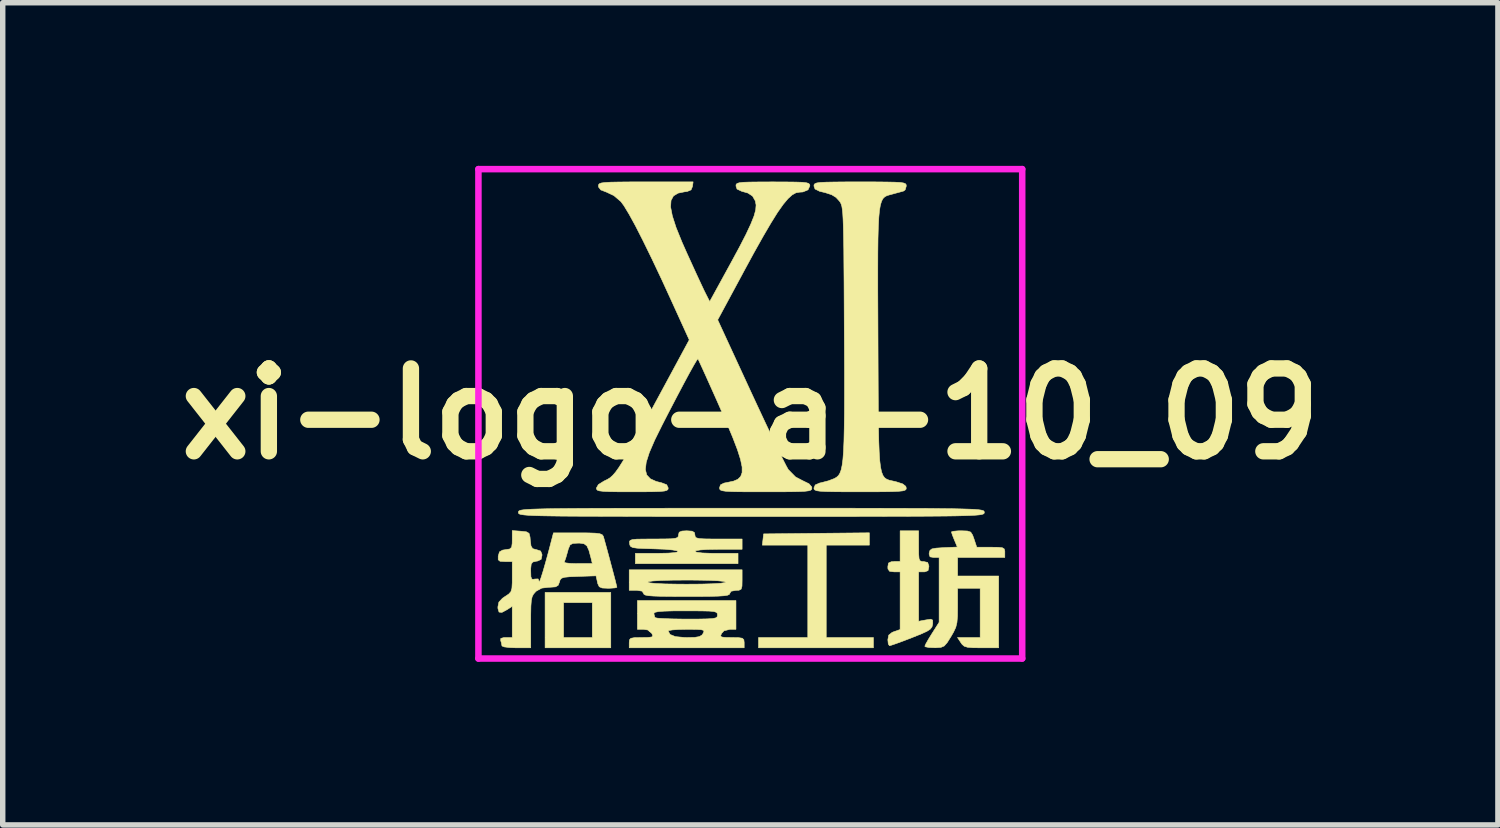
<source format=kicad_pcb>
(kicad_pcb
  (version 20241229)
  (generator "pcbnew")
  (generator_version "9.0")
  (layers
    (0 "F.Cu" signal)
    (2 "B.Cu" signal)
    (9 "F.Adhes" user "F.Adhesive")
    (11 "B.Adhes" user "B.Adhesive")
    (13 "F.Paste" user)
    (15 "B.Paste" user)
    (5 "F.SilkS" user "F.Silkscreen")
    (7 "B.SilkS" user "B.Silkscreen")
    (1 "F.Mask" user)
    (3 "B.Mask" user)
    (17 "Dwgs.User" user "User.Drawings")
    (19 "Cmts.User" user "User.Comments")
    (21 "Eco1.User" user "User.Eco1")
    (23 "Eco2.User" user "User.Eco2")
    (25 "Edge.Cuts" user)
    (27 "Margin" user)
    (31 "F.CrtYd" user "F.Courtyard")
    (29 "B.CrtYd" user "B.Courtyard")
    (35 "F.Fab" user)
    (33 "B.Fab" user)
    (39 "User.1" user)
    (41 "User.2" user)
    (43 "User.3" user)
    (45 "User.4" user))
  (footprint "xi-logo-a-10_09"
    (layer "F.Cu")
    (at 10.748 4.56)
    (property "Reference" "xi-logo-a-10_09" (at 0 0 0) (layer "F.SilkS") (effects (font (size 1.524 1.524) (thickness 0.3))))
    (attr through_hole)
    (fp_poly (pts (xy -2.566 4.303) (xy -3.774 4.303) (xy -3.774 3.472) (xy -3.434 3.472) (xy -3.434 4.114) (xy -2.906 4.114) (xy -2.906 3.472) (xy -3.434 3.472) (xy -3.774 3.472) (xy -3.774 3.284) (xy -2.566 3.284) (xy -2.566 4.303)) (stroke (width 0.01) (type solid)) (fill yes) (layer "F.SilkS"))
    (fp_poly (pts (xy 2.189 2.415) (xy 1.396 2.415) (xy 1.396 4.114) (xy 2.264 4.114) (xy 2.264 4.303) (xy 0.151 4.303) (xy 0.151 4.114) (xy 1.057 4.114) (xy 1.057 2.415) (xy 0.221 2.415) (xy 0.245 2.208) (xy 1.217 2.198) (xy 2.189 2.188) (xy 2.189 2.415)) (stroke (width 0.01) (type solid)) (fill yes) (layer "F.SilkS"))
    (fp_poly (pts (xy 3.095 2.434) (xy 3.096 2.578) (xy 3.103 2.663) (xy 3.121 2.703) (xy 3.156 2.716) (xy 3.189 2.717) (xy 3.261 2.733) (xy 3.283 2.794) (xy 3.284 2.812) (xy 3.268 2.884) (xy 3.207 2.906) (xy 3.189 2.906) (xy 3.095 2.906) (xy 3.095 3.815) (xy 3.23 3.79) (xy 3.318 3.777) (xy 3.353 3.793) (xy 3.355 3.851) (xy 3.353 3.869) (xy 3.341 3.918) (xy 3.31 3.959) (xy 3.247 4) (xy 3.139 4.049) (xy 2.974 4.115) (xy 2.965 4.119) (xy 2.808 4.179) (xy 2.677 4.227) (xy 2.588 4.257) (xy 2.559 4.265) (xy 2.537 4.232) (xy 2.529 4.155) (xy 2.545 4.07) (xy 2.607 4.02) (xy 2.642 4.006) (xy 2.755 3.967) (xy 2.755 2.906) (xy 2.642 2.906) (xy 2.561 2.896) (xy 2.531 2.853) (xy 2.529 2.812) (xy 2.541 2.744) (xy 2.593 2.72) (xy 2.642 2.717) (xy 2.755 2.717) (xy 2.755 2.151) (xy 3.095 2.151) (xy 3.095 2.434)) (stroke (width 0.01) (type solid)) (fill yes) (layer "F.SilkS"))
    (fp_poly (pts (xy -0.151 3.057) (xy -0.153 3.169) (xy -0.169 3.224) (xy -0.208 3.244) (xy -0.264 3.246) (xy -0.354 3.263) (xy -0.377 3.302) (xy -0.386 3.321) (xy -0.42 3.336) (xy -0.486 3.346) (xy -0.594 3.353) (xy -0.754 3.357) (xy -0.973 3.359) (xy -1.17 3.359) (xy -1.438 3.358) (xy -1.639 3.356) (xy -1.782 3.351) (xy -1.877 3.344) (xy -1.933 3.332) (xy -1.958 3.316) (xy -1.963 3.302) (xy -1.991 3.261) (xy -2.083 3.246) (xy -2.095 3.246) (xy -2.227 3.246) (xy -2.227 3.095) (xy -1.887 3.095) (xy -1.85 3.109) (xy -1.742 3.12) (xy -1.569 3.128) (xy -1.334 3.132) (xy -1.17 3.133) (xy -0.901 3.131) (xy -0.691 3.125) (xy -0.544 3.116) (xy -0.466 3.103) (xy -0.453 3.095) (xy -0.49 3.081) (xy -0.597 3.07) (xy -0.771 3.062) (xy -1.006 3.058) (xy -1.17 3.057) (xy -1.439 3.059) (xy -1.649 3.065) (xy -1.796 3.074) (xy -1.874 3.086) (xy -1.887 3.095) (xy -2.227 3.095) (xy -2.227 2.868) (xy -0.151 2.868) (xy -0.151 3.057)) (stroke (width 0.01) (type solid)) (fill yes) (layer "F.SilkS"))
    (fp_poly (pts (xy -1.071 2.158) (xy -1.028 2.183) (xy -1.019 2.227) (xy -1.014 2.259) (xy -0.992 2.281) (xy -0.939 2.294) (xy -0.843 2.3) (xy -0.691 2.302) (xy -0.585 2.302) (xy -0.151 2.302) (xy -0.151 2.491) (xy -0.585 2.491) (xy -0.778 2.494) (xy -0.92 2.503) (xy -1.002 2.517) (xy -1.019 2.529) (xy -0.983 2.546) (xy -0.882 2.559) (xy -0.726 2.565) (xy -0.623 2.566) (xy -0.226 2.566) (xy -0.226 2.755) (xy -2.114 2.755) (xy -2.114 2.566) (xy -1.717 2.566) (xy -1.514 2.562) (xy -1.385 2.552) (xy -1.328 2.537) (xy -1.342 2.52) (xy -1.426 2.504) (xy -1.577 2.49) (xy -1.764 2.483) (xy -1.953 2.477) (xy -2.08 2.471) (xy -2.157 2.46) (xy -2.197 2.442) (xy -2.215 2.414) (xy -2.22 2.387) (xy -2.223 2.351) (xy -2.21 2.328) (xy -2.17 2.313) (xy -2.091 2.305) (xy -1.961 2.303) (xy -1.776 2.302) (xy -1.585 2.301) (xy -1.456 2.298) (xy -1.378 2.289) (xy -1.337 2.274) (xy -1.323 2.249) (xy -1.321 2.227) (xy -1.308 2.177) (xy -1.257 2.156) (xy -1.17 2.151) (xy -1.071 2.158)) (stroke (width 0.01) (type solid)) (fill yes) (layer "F.SilkS"))
    (fp_poly (pts (xy 3.992 2.155) (xy 4.053 2.175) (xy 4.088 2.23) (xy 4.114 2.302) (xy 4.164 2.453) (xy 4.422 2.453) (xy 4.558 2.455) (xy 4.635 2.463) (xy 4.67 2.485) (xy 4.68 2.525) (xy 4.68 2.548) (xy 4.68 2.642) (xy 3.812 2.642) (xy 3.812 2.982) (xy 4.567 2.982) (xy 4.567 4.303) (xy 4.25 4.303) (xy 4.094 4.301) (xy 3.995 4.293) (xy 3.934 4.274) (xy 3.895 4.24) (xy 3.872 4.208) (xy 3.81 4.114) (xy 4.227 4.114) (xy 4.227 3.208) (xy 3.812 3.208) (xy 3.812 3.551) (xy 3.81 3.72) (xy 3.8 3.838) (xy 3.778 3.928) (xy 3.736 4.017) (xy 3.689 4.098) (xy 3.62 4.208) (xy 3.566 4.269) (xy 3.505 4.295) (xy 3.416 4.301) (xy 3.387 4.301) (xy 3.283 4.297) (xy 3.219 4.284) (xy 3.209 4.274) (xy 3.228 4.23) (xy 3.278 4.142) (xy 3.341 4.04) (xy 3.472 3.834) (xy 3.472 2.642) (xy 3.375 2.642) (xy 3.305 2.63) (xy 3.288 2.58) (xy 3.29 2.557) (xy 3.304 2.511) (xy 3.34 2.484) (xy 3.416 2.47) (xy 3.549 2.461) (xy 3.555 2.461) (xy 3.807 2.45) (xy 3.753 2.321) (xy 3.717 2.231) (xy 3.699 2.176) (xy 3.699 2.171) (xy 3.733 2.16) (xy 3.819 2.152) (xy 3.881 2.151) (xy 3.992 2.155)) (stroke (width 0.01) (type solid)) (fill yes) (layer "F.SilkS"))
    (fp_poly (pts (xy 0.678 1.736) (xy 1.266 1.736) (xy 1.787 1.736) (xy 2.244 1.737) (xy 2.643 1.738) (xy 2.986 1.739) (xy 3.278 1.74) (xy 3.524 1.743) (xy 3.727 1.745) (xy 3.891 1.749) (xy 4.02 1.753) (xy 4.119 1.757) (xy 4.192 1.763) (xy 4.242 1.77) (xy 4.275 1.778) (xy 4.293 1.786) (xy 4.3 1.796) (xy 4.302 1.807) (xy 4.303 1.812) (xy 4.302 1.823) (xy 4.296 1.834) (xy 4.282 1.843) (xy 4.255 1.851) (xy 4.212 1.858) (xy 4.147 1.864) (xy 4.058 1.869) (xy 3.939 1.873) (xy 3.787 1.877) (xy 3.598 1.88) (xy 3.368 1.882) (xy 3.092 1.884) (xy 2.767 1.885) (xy 2.388 1.886) (xy 1.951 1.887) (xy 1.453 1.887) (xy 0.888 1.887) (xy 0.254 1.887) (xy 0.019 1.887) (xy -0.641 1.887) (xy -1.229 1.887) (xy -1.749 1.887) (xy -2.207 1.886) (xy -2.605 1.885) (xy -2.948 1.884) (xy -3.241 1.883) (xy -3.486 1.881) (xy -3.689 1.878) (xy -3.853 1.875) (xy -3.983 1.871) (xy -4.082 1.866) (xy -4.154 1.86) (xy -4.205 1.853) (xy -4.237 1.846) (xy -4.255 1.837) (xy -4.263 1.827) (xy -4.265 1.816) (xy -4.265 1.812) (xy -4.264 1.8) (xy -4.258 1.79) (xy -4.244 1.78) (xy -4.218 1.772) (xy -4.174 1.765) (xy -4.109 1.759) (xy -4.02 1.754) (xy -3.901 1.75) (xy -3.75 1.746) (xy -3.561 1.743) (xy -3.33 1.741) (xy -3.054 1.739) (xy -2.729 1.738) (xy -2.35 1.737) (xy -1.913 1.737) (xy -1.415 1.736) (xy -0.851 1.736) (xy -0.216 1.736) (xy 0.019 1.736) (xy 0.678 1.736)) (stroke (width 0.01) (type solid)) (fill yes) (layer "F.SilkS"))
    (fp_poly (pts (xy -0.264 3.963) (xy -0.376 3.963) (xy -0.484 3.99) (xy -0.528 4.038) (xy -0.546 4.08) (xy -0.531 4.103) (xy -0.47 4.112) (xy -0.349 4.114) (xy -0.341 4.114) (xy -0.215 4.116) (xy -0.147 4.127) (xy -0.119 4.154) (xy -0.113 4.204) (xy -0.113 4.208) (xy -0.113 4.303) (xy -2.227 4.303) (xy -2.227 4.208) (xy -2.222 4.156) (xy -2.196 4.128) (xy -2.131 4.116) (xy -2.009 4.114) (xy -1.999 4.114) (xy -1.874 4.112) (xy -1.811 4.103) (xy -1.794 4.082) (xy -1.81 4.041) (xy -1.812 4.038) (xy -1.865 3.993) (xy -1.51 3.993) (xy -1.477 4.057) (xy -1.378 4.097) (xy -1.211 4.113) (xy -1.164 4.114) (xy -1.023 4.111) (xy -0.938 4.097) (xy -0.89 4.069) (xy -0.868 4.038) (xy -0.853 4.003) (xy -0.862 3.981) (xy -0.908 3.969) (xy -1.004 3.964) (xy -1.162 3.963) (xy -1.169 3.963) (xy -1.319 3.966) (xy -1.435 3.974) (xy -1.501 3.986) (xy -1.51 3.993) (xy -1.865 3.993) (xy -1.886 3.975) (xy -1.964 3.963) (xy -2.076 3.963) (xy -2.076 3.674) (xy -1.774 3.674) (xy -1.757 3.738) (xy -1.749 3.749) (xy -1.704 3.758) (xy -1.598 3.765) (xy -1.444 3.771) (xy -1.256 3.774) (xy -1.164 3.774) (xy -0.948 3.774) (xy -0.796 3.771) (xy -0.696 3.765) (xy -0.639 3.754) (xy -0.612 3.736) (xy -0.604 3.71) (xy -0.604 3.699) (xy -0.607 3.67) (xy -0.626 3.65) (xy -0.669 3.636) (xy -0.75 3.628) (xy -0.878 3.625) (xy -1.065 3.623) (xy -1.189 3.623) (xy -1.42 3.624) (xy -1.584 3.629) (xy -1.692 3.637) (xy -1.752 3.65) (xy -1.773 3.669) (xy -1.774 3.674) (xy -2.076 3.674) (xy -2.076 3.434) (xy -0.264 3.434) (xy -0.264 3.963)) (stroke (width 0.01) (type solid)) (fill yes) (layer "F.SilkS"))
    (fp_poly (pts (xy 2.293 -4.265) (xy 2.501 -4.263) (xy 2.651 -4.26) (xy 2.754 -4.255) (xy 2.818 -4.245) (xy 2.852 -4.232) (xy 2.866 -4.213) (xy 2.868 -4.188) (xy 2.868 -4.188) (xy 2.848 -4.12) (xy 2.821 -4.098) (xy 2.758 -4.08) (xy 2.654 -4.052) (xy 2.611 -4.04) (xy 2.558 -4.026) (xy 2.512 -4.012) (xy 2.473 -3.991) (xy 2.44 -3.959) (xy 2.414 -3.91) (xy 2.392 -3.839) (xy 2.375 -3.741) (xy 2.363 -3.61) (xy 2.354 -3.441) (xy 2.348 -3.228) (xy 2.345 -2.967) (xy 2.344 -2.651) (xy 2.344 -2.276) (xy 2.346 -1.835) (xy 2.348 -1.342) (xy 2.35 -0.845) (xy 2.352 -0.418) (xy 2.354 -0.056) (xy 2.357 0.248) (xy 2.362 0.497) (xy 2.37 0.699) (xy 2.38 0.858) (xy 2.395 0.979) (xy 2.414 1.069) (xy 2.439 1.133) (xy 2.469 1.175) (xy 2.507 1.202) (xy 2.552 1.22) (xy 2.605 1.232) (xy 2.666 1.246) (xy 2.683 1.25) (xy 2.803 1.289) (xy 2.859 1.333) (xy 2.868 1.366) (xy 2.864 1.388) (xy 2.845 1.405) (xy 2.802 1.417) (xy 2.726 1.425) (xy 2.609 1.43) (xy 2.44 1.433) (xy 2.21 1.434) (xy 2.019 1.434) (xy 1.745 1.434) (xy 1.537 1.432) (xy 1.386 1.429) (xy 1.283 1.423) (xy 1.22 1.414) (xy 1.186 1.4) (xy 1.172 1.382) (xy 1.17 1.363) (xy 1.194 1.308) (xy 1.274 1.273) (xy 1.31 1.265) (xy 1.436 1.232) (xy 1.548 1.189) (xy 1.553 1.186) (xy 1.589 1.164) (xy 1.621 1.135) (xy 1.647 1.093) (xy 1.67 1.032) (xy 1.688 0.949) (xy 1.703 0.836) (xy 1.714 0.69) (xy 1.722 0.503) (xy 1.727 0.272) (xy 1.731 -0.01) (xy 1.732 -0.348) (xy 1.732 -0.748) (xy 1.73 -1.214) (xy 1.728 -1.54) (xy 1.726 -2.01) (xy 1.724 -2.411) (xy 1.721 -2.747) (xy 1.719 -3.027) (xy 1.715 -3.254) (xy 1.711 -3.435) (xy 1.706 -3.576) (xy 1.7 -3.682) (xy 1.692 -3.76) (xy 1.683 -3.816) (xy 1.671 -3.855) (xy 1.658 -3.884) (xy 1.642 -3.907) (xy 1.639 -3.911) (xy 1.576 -3.98) (xy 1.496 -4.029) (xy 1.376 -4.068) (xy 1.274 -4.092) (xy 1.19 -4.134) (xy 1.17 -4.19) (xy 1.173 -4.214) (xy 1.188 -4.232) (xy 1.223 -4.246) (xy 1.289 -4.255) (xy 1.394 -4.26) (xy 1.548 -4.263) (xy 1.759 -4.265) (xy 2.019 -4.265) (xy 2.293 -4.265)) (stroke (width 0.01) (type solid)) (fill yes) (layer "F.SilkS"))
    (fp_poly (pts (xy -4.218 2.159) (xy -4.117 2.17) (xy -4.069 2.198) (xy -4.051 2.266) (xy -4.046 2.328) (xy -4.033 2.43) (xy -4.003 2.479) (xy -3.941 2.497) (xy -3.932 2.498) (xy -3.856 2.523) (xy -3.831 2.586) (xy -3.831 2.604) (xy -3.847 2.677) (xy -3.912 2.707) (xy -3.935 2.71) (xy -3.999 2.725) (xy -4.029 2.762) (xy -4.038 2.844) (xy -4.038 2.892) (xy -4.035 2.996) (xy -4.018 3.04) (xy -3.981 3.043) (xy -3.963 3.038) (xy -3.902 3.036) (xy -3.884 3.083) (xy -3.874 3.08) (xy -3.848 3.012) (xy -3.808 2.884) (xy -3.763 2.727) (xy -3.422 2.727) (xy -3.396 2.741) (xy -3.312 2.751) (xy -3.188 2.755) (xy -3.172 2.755) (xy -2.905 2.755) (xy -2.93 2.651) (xy -2.968 2.511) (xy -3.005 2.429) (xy -3.057 2.39) (xy -3.135 2.378) (xy -3.168 2.378) (xy -3.263 2.383) (xy -3.314 2.41) (xy -3.346 2.482) (xy -3.361 2.538) (xy -3.391 2.642) (xy -3.416 2.714) (xy -3.422 2.727) (xy -3.763 2.727) (xy -3.757 2.705) (xy -3.696 2.481) (xy -3.662 2.349) (xy -3.62 2.189) (xy -3.171 2.189) (xy -2.979 2.19) (xy -2.848 2.195) (xy -2.768 2.205) (xy -2.724 2.223) (xy -2.705 2.249) (xy -2.702 2.255) (xy -2.68 2.333) (xy -2.646 2.456) (xy -2.605 2.607) (xy -2.562 2.769) (xy -2.52 2.926) (xy -2.485 3.059) (xy -2.462 3.153) (xy -2.453 3.19) (xy -2.487 3.201) (xy -2.572 3.207) (xy -2.62 3.208) (xy -2.725 3.203) (xy -2.778 3.18) (xy -2.805 3.124) (xy -2.812 3.093) (xy -2.837 2.979) (xy -3.163 2.99) (xy -3.32 2.996) (xy -3.418 3.006) (xy -3.471 3.023) (xy -3.498 3.054) (xy -3.51 3.095) (xy -3.534 3.154) (xy -3.582 3.182) (xy -3.679 3.189) (xy -3.699 3.189) (xy -3.835 3.205) (xy -3.933 3.258) (xy -3.952 3.276) (xy -3.988 3.317) (xy -4.012 3.364) (xy -4.027 3.433) (xy -4.035 3.538) (xy -4.038 3.693) (xy -4.038 3.832) (xy -4.038 4.303) (xy -4.303 4.303) (xy -4.433 4.298) (xy -4.527 4.286) (xy -4.567 4.269) (xy -4.567 4.268) (xy -4.579 4.205) (xy -4.59 4.174) (xy -4.589 4.131) (xy -4.535 4.115) (xy -4.495 4.114) (xy -4.378 4.114) (xy -4.378 3.539) (xy -4.471 3.6) (xy -4.568 3.652) (xy -4.621 3.646) (xy -4.641 3.581) (xy -4.642 3.551) (xy -4.624 3.463) (xy -4.558 3.392) (xy -4.51 3.359) (xy -4.443 3.315) (xy -4.403 3.271) (xy -4.384 3.208) (xy -4.378 3.105) (xy -4.378 2.997) (xy -4.378 2.717) (xy -4.513 2.717) (xy -4.602 2.712) (xy -4.636 2.684) (xy -4.636 2.617) (xy -4.635 2.614) (xy -4.613 2.539) (xy -4.555 2.506) (xy -4.501 2.498) (xy -4.425 2.486) (xy -4.389 2.454) (xy -4.379 2.381) (xy -4.378 2.317) (xy -4.378 2.147) (xy -4.218 2.159)) (stroke (width 0.01) (type solid)) (fill yes) (layer "F.SilkS"))
    (fp_poly (pts (xy -1.064 -4.18) (xy -1.09 -4.118) (xy -1.16 -4.089) (xy -1.208 -4.083) (xy -1.329 -4.058) (xy -1.413 -4.007) (xy -1.458 -3.924) (xy -1.466 -3.804) (xy -1.434 -3.639) (xy -1.365 -3.425) (xy -1.256 -3.156) (xy -1.169 -2.96) (xy -1.074 -2.752) (xy -0.985 -2.557) (xy -0.907 -2.39) (xy -0.849 -2.266) (xy -0.822 -2.212) (xy -0.747 -2.064) (xy -0.358 -2.774) (xy -0.2 -3.066) (xy -0.079 -3.301) (xy 0.009 -3.489) (xy 0.068 -3.636) (xy 0.099 -3.75) (xy 0.106 -3.84) (xy 0.092 -3.913) (xy 0.091 -3.916) (xy 0.041 -4.004) (xy -0.044 -4.06) (xy -0.16 -4.093) (xy -0.244 -4.133) (xy -0.264 -4.19) (xy -0.261 -4.217) (xy -0.244 -4.236) (xy -0.203 -4.249) (xy -0.129 -4.258) (xy -0.009 -4.262) (xy 0.164 -4.264) (xy 0.402 -4.265) (xy 0.415 -4.265) (xy 0.657 -4.264) (xy 0.833 -4.262) (xy 0.955 -4.258) (xy 1.032 -4.249) (xy 1.074 -4.236) (xy 1.091 -4.217) (xy 1.095 -4.193) (xy 1.061 -4.119) (xy 0.967 -4.08) (xy 0.906 -4.076) (xy 0.84 -4.065) (xy 0.771 -4.027) (xy 0.694 -3.958) (xy 0.606 -3.853) (xy 0.502 -3.706) (xy 0.381 -3.512) (xy 0.237 -3.266) (xy 0.067 -2.963) (xy -0.132 -2.597) (xy -0.145 -2.572) (xy -0.6 -1.728) (xy 0.003 -0.421) (xy 0.142 -0.122) (xy 0.274 0.16) (xy 0.396 0.417) (xy 0.503 0.64) (xy 0.591 0.821) (xy 0.657 0.951) (xy 0.696 1.022) (xy 0.698 1.025) (xy 0.832 1.161) (xy 0.96 1.228) (xy 1.079 1.286) (xy 1.13 1.345) (xy 1.132 1.364) (xy 1.128 1.387) (xy 1.111 1.404) (xy 1.071 1.416) (xy 0.998 1.425) (xy 0.885 1.43) (xy 0.721 1.433) (xy 0.498 1.434) (xy 0.283 1.434) (xy 0.009 1.434) (xy -0.199 1.433) (xy -0.349 1.43) (xy -0.452 1.424) (xy -0.516 1.414) (xy -0.55 1.401) (xy -0.564 1.382) (xy -0.566 1.359) (xy -0.548 1.306) (xy -0.484 1.274) (xy -0.413 1.26) (xy -0.309 1.238) (xy -0.231 1.205) (xy -0.178 1.154) (xy -0.151 1.081) (xy -0.151 0.978) (xy -0.18 0.839) (xy -0.237 0.659) (xy -0.325 0.43) (xy -0.443 0.148) (xy -0.593 -0.194) (xy -0.641 -0.302) (xy -0.736 -0.514) (xy -0.82 -0.701) (xy -0.889 -0.853) (xy -0.938 -0.959) (xy -0.961 -1.009) (xy -0.963 -1.012) (xy -0.985 -0.986) (xy -1.038 -0.897) (xy -1.12 -0.75) (xy -1.227 -0.551) (xy -1.357 -0.305) (xy -1.508 -0.015) (xy -1.619 0.201) (xy -1.759 0.484) (xy -1.857 0.711) (xy -1.914 0.889) (xy -1.93 1.024) (xy -1.905 1.124) (xy -1.838 1.195) (xy -1.73 1.244) (xy -1.63 1.269) (xy -1.538 1.304) (xy -1.51 1.363) (xy -1.514 1.389) (xy -1.534 1.407) (xy -1.58 1.42) (xy -1.661 1.428) (xy -1.79 1.432) (xy -1.975 1.434) (xy -2.17 1.434) (xy -2.408 1.434) (xy -2.582 1.431) (xy -2.7 1.426) (xy -2.774 1.417) (xy -2.813 1.404) (xy -2.828 1.384) (xy -2.831 1.366) (xy -2.794 1.301) (xy -2.692 1.237) (xy -2.677 1.23) (xy -2.626 1.205) (xy -2.578 1.175) (xy -2.53 1.132) (xy -2.478 1.072) (xy -2.417 0.987) (xy -2.344 0.871) (xy -2.254 0.718) (xy -2.143 0.522) (xy -2.008 0.277) (xy -1.845 -0.024) (xy -1.699 -0.293) (xy -1.123 -1.36) (xy -1.436 -2.048) (xy -1.631 -2.473) (xy -1.81 -2.851) (xy -1.971 -3.18) (xy -2.111 -3.455) (xy -2.23 -3.672) (xy -2.324 -3.827) (xy -2.38 -3.903) (xy -2.509 -4.013) (xy -2.645 -4.077) (xy -2.749 -4.117) (xy -2.79 -4.169) (xy -2.793 -4.191) (xy -2.79 -4.214) (xy -2.775 -4.232) (xy -2.739 -4.245) (xy -2.673 -4.254) (xy -2.568 -4.26) (xy -2.415 -4.263) (xy -2.205 -4.265) (xy -1.928 -4.265) (xy -1.052 -4.265) (xy -1.064 -4.18)) (stroke (width 0.01) (type solid)) (fill yes) (layer "F.SilkS"))
    (fp_line (start -5 -4.5) (end -5 4.5) (stroke (width 0.12) (type solid)) (layer "F.CrtYd"))
    (fp_line (start -5 4.5) (end 5 4.5) (stroke (width 0.12) (type solid)) (layer "F.CrtYd"))
    (fp_line (start 5 -4.5) (end -5 -4.5) (stroke (width 0.12) (type solid)) (layer "F.CrtYd"))
    (fp_line (start 5 4.5) (end 5 -4.5) (stroke (width 0.12) (type solid)) (layer "F.CrtYd")))
  (gr_rect
    (start -3 -3)
    (end 24.496 12.12)
    (stroke (width 0.1) (type default))
    (fill no)
    (layer "Edge.Cuts")))
</source>
